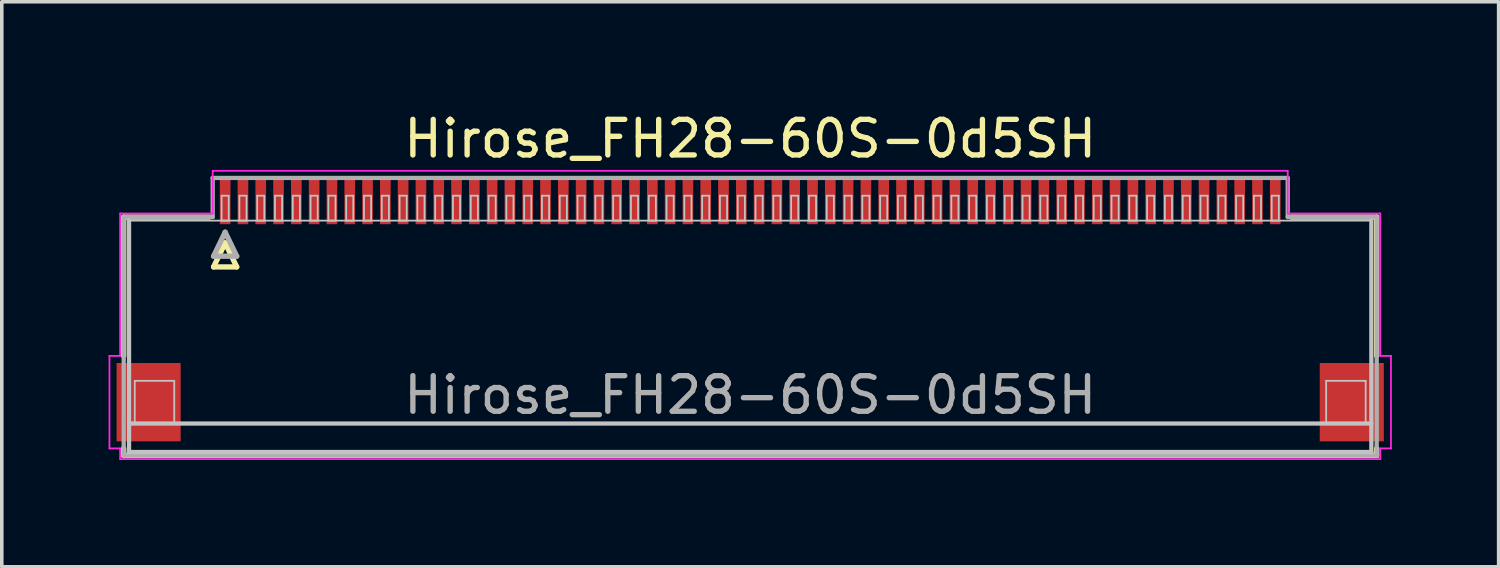
<source format=kicad_pcb>
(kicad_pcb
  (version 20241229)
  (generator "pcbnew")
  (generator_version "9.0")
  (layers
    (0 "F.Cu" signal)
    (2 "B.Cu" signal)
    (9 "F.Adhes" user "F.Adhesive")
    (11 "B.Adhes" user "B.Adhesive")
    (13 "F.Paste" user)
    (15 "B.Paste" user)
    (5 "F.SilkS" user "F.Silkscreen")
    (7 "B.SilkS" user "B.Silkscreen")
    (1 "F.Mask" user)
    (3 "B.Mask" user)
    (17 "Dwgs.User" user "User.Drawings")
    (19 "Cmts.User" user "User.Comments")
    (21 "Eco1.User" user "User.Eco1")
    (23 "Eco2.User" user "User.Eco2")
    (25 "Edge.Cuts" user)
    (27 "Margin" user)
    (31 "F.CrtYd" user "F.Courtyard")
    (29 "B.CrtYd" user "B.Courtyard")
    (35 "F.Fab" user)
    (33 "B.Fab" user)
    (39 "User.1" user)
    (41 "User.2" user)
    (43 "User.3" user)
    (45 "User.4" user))
  (footprint "Hirose_FH28-60S-0d5SH"
    (layer "F.Cu")
    (at 18.025 6.048)
    (property "Reference" "Hirose_FH28-60S-0d5SH" (at 0 -5.2 0) (layer "F.SilkS") (effects (font (size 1 1) (thickness 0.15))))
    (attr smd)
    (fp_line (start -17.6 -3) (end -17.6 0.9) (stroke (width 0.15) (type solid)) (layer "F.SilkS"))
    (fp_line (start -17.6 3.5) (end -17.6 3.7) (stroke (width 0.15) (type solid)) (layer "F.SilkS"))
    (fp_line (start -17.6 3.7) (end 17.6 3.7) (stroke (width 0.15) (type solid)) (layer "F.SilkS"))
    (fp_line (start -15.2 -3) (end -17.6 -3) (stroke (width 0.15) (type solid)) (layer "F.SilkS"))
    (fp_line (start -15.075 -1.6) (end -14.425 -1.6) (stroke (width 0.15) (type solid)) (layer "F.SilkS"))
    (fp_line (start -14.75 -2.275) (end -15.075 -1.6) (stroke (width 0.15) (type solid)) (layer "F.SilkS"))
    (fp_line (start -14.425 -1.6) (end -14.75 -2.275) (stroke (width 0.15) (type solid)) (layer "F.SilkS"))
    (fp_line (start 17.6 -3) (end 15.2 -3) (stroke (width 0.15) (type solid)) (layer "F.SilkS"))
    (fp_line (start 17.6 0.9) (end 17.6 -3) (stroke (width 0.15) (type solid)) (layer "F.SilkS"))
    (fp_line (start 17.6 3.7) (end 17.6 3.5) (stroke (width 0.15) (type solid)) (layer "F.SilkS"))
    (fp_line (start -17.45 -2.9) (end 17.45 -2.9) (stroke (width 0.05) (type solid)) (layer "Dwgs.User"))
    (fp_line (start -17.45 2.8) (end 17.45 2.8) (stroke (width 0.12) (type solid)) (layer "Dwgs.User"))
    (fp_line (start -17.45 3.6) (end -17.45 -2.9) (stroke (width 0.12) (type solid)) (layer "Dwgs.User"))
    (fp_line (start -17.29 1.6) (end -16.18 1.6) (stroke (width 0.05) (type solid)) (layer "Dwgs.User"))
    (fp_line (start -17.29 2.8) (end -17.29 1.6) (stroke (width 0.05) (type solid)) (layer "Dwgs.User"))
    (fp_line (start -16.18 1.6) (end -16.18 2.8) (stroke (width 0.05) (type solid)) (layer "Dwgs.User"))
    (fp_line (start -16.18 2.8) (end -17.29 2.8) (stroke (width 0.05) (type solid)) (layer "Dwgs.User"))
    (fp_line (start -14.85 -3.6) (end -14.65 -3.6) (stroke (width 0.05) (type solid)) (layer "Dwgs.User"))
    (fp_line (start -14.85 -2.9) (end -14.85 -3.6) (stroke (width 0.05) (type solid)) (layer "Dwgs.User"))
    (fp_line (start -14.65 -3.6) (end -14.65 -2.9) (stroke (width 0.05) (type solid)) (layer "Dwgs.User"))
    (fp_line (start -14.65 -2.9) (end -14.85 -2.9) (stroke (width 0.05) (type solid)) (layer "Dwgs.User"))
    (fp_line (start -14.35 -3.6) (end -14.15 -3.6) (stroke (width 0.05) (type solid)) (layer "Dwgs.User"))
    (fp_line (start -14.35 -2.9) (end -14.35 -3.6) (stroke (width 0.05) (type solid)) (layer "Dwgs.User"))
    (fp_line (start -14.15 -3.6) (end -14.15 -2.9) (stroke (width 0.05) (type solid)) (layer "Dwgs.User"))
    (fp_line (start -14.15 -2.9) (end -14.35 -2.9) (stroke (width 0.05) (type solid)) (layer "Dwgs.User"))
    (fp_line (start -13.85 -3.6) (end -13.65 -3.6) (stroke (width 0.05) (type solid)) (layer "Dwgs.User"))
    (fp_line (start -13.85 -2.9) (end -13.85 -3.6) (stroke (width 0.05) (type solid)) (layer "Dwgs.User"))
    (fp_line (start -13.65 -3.6) (end -13.65 -2.9) (stroke (width 0.05) (type solid)) (layer "Dwgs.User"))
    (fp_line (start -13.65 -2.9) (end -13.85 -2.9) (stroke (width 0.05) (type solid)) (layer "Dwgs.User"))
    (fp_line (start -13.35 -3.6) (end -13.15 -3.6) (stroke (width 0.05) (type solid)) (layer "Dwgs.User"))
    (fp_line (start -13.35 -2.9) (end -13.35 -3.6) (stroke (width 0.05) (type solid)) (layer "Dwgs.User"))
    (fp_line (start -13.15 -3.6) (end -13.15 -2.9) (stroke (width 0.05) (type solid)) (layer "Dwgs.User"))
    (fp_line (start -13.15 -2.9) (end -13.35 -2.9) (stroke (width 0.05) (type solid)) (layer "Dwgs.User"))
    (fp_line (start -12.85 -3.6) (end -12.65 -3.6) (stroke (width 0.05) (type solid)) (layer "Dwgs.User"))
    (fp_line (start -12.85 -2.9) (end -12.85 -3.6) (stroke (width 0.05) (type solid)) (layer "Dwgs.User"))
    (fp_line (start -12.65 -3.6) (end -12.65 -2.9) (stroke (width 0.05) (type solid)) (layer "Dwgs.User"))
    (fp_line (start -12.65 -2.9) (end -12.85 -2.9) (stroke (width 0.05) (type solid)) (layer "Dwgs.User"))
    (fp_line (start -12.35 -3.6) (end -12.15 -3.6) (stroke (width 0.05) (type solid)) (layer "Dwgs.User"))
    (fp_line (start -12.35 -2.9) (end -12.35 -3.6) (stroke (width 0.05) (type solid)) (layer "Dwgs.User"))
    (fp_line (start -12.15 -3.6) (end -12.15 -2.9) (stroke (width 0.05) (type solid)) (layer "Dwgs.User"))
    (fp_line (start -12.15 -2.9) (end -12.35 -2.9) (stroke (width 0.05) (type solid)) (layer "Dwgs.User"))
    (fp_line (start -11.85 -3.6) (end -11.65 -3.6) (stroke (width 0.05) (type solid)) (layer "Dwgs.User"))
    (fp_line (start -11.85 -2.9) (end -11.85 -3.6) (stroke (width 0.05) (type solid)) (layer "Dwgs.User"))
    (fp_line (start -11.65 -3.6) (end -11.65 -2.9) (stroke (width 0.05) (type solid)) (layer "Dwgs.User"))
    (fp_line (start -11.65 -2.9) (end -11.85 -2.9) (stroke (width 0.05) (type solid)) (layer "Dwgs.User"))
    (fp_line (start -11.35 -3.6) (end -11.15 -3.6) (stroke (width 0.05) (type solid)) (layer "Dwgs.User"))
    (fp_line (start -11.35 -2.9) (end -11.35 -3.6) (stroke (width 0.05) (type solid)) (layer "Dwgs.User"))
    (fp_line (start -11.15 -3.6) (end -11.15 -2.9) (stroke (width 0.05) (type solid)) (layer "Dwgs.User"))
    (fp_line (start -11.15 -2.9) (end -11.35 -2.9) (stroke (width 0.05) (type solid)) (layer "Dwgs.User"))
    (fp_line (start -10.85 -3.6) (end -10.65 -3.6) (stroke (width 0.05) (type solid)) (layer "Dwgs.User"))
    (fp_line (start -10.85 -2.9) (end -10.85 -3.6) (stroke (width 0.05) (type solid)) (layer "Dwgs.User"))
    (fp_line (start -10.65 -3.6) (end -10.65 -2.9) (stroke (width 0.05) (type solid)) (layer "Dwgs.User"))
    (fp_line (start -10.65 -2.9) (end -10.85 -2.9) (stroke (width 0.05) (type solid)) (layer "Dwgs.User"))
    (fp_line (start -10.35 -3.6) (end -10.15 -3.6) (stroke (width 0.05) (type solid)) (layer "Dwgs.User"))
    (fp_line (start -10.35 -2.9) (end -10.35 -3.6) (stroke (width 0.05) (type solid)) (layer "Dwgs.User"))
    (fp_line (start -10.15 -3.6) (end -10.15 -2.9) (stroke (width 0.05) (type solid)) (layer "Dwgs.User"))
    (fp_line (start -10.15 -2.9) (end -10.35 -2.9) (stroke (width 0.05) (type solid)) (layer "Dwgs.User"))
    (fp_line (start -9.85 -3.6) (end -9.65 -3.6) (stroke (width 0.05) (type solid)) (layer "Dwgs.User"))
    (fp_line (start -9.85 -2.9) (end -9.85 -3.6) (stroke (width 0.05) (type solid)) (layer "Dwgs.User"))
    (fp_line (start -9.65 -3.6) (end -9.65 -2.9) (stroke (width 0.05) (type solid)) (layer "Dwgs.User"))
    (fp_line (start -9.65 -2.9) (end -9.85 -2.9) (stroke (width 0.05) (type solid)) (layer "Dwgs.User"))
    (fp_line (start -9.35 -3.6) (end -9.15 -3.6) (stroke (width 0.05) (type solid)) (layer "Dwgs.User"))
    (fp_line (start -9.35 -2.9) (end -9.35 -3.6) (stroke (width 0.05) (type solid)) (layer "Dwgs.User"))
    (fp_line (start -9.15 -3.6) (end -9.15 -2.9) (stroke (width 0.05) (type solid)) (layer "Dwgs.User"))
    (fp_line (start -9.15 -2.9) (end -9.35 -2.9) (stroke (width 0.05) (type solid)) (layer "Dwgs.User"))
    (fp_line (start -8.85 -3.6) (end -8.65 -3.6) (stroke (width 0.05) (type solid)) (layer "Dwgs.User"))
    (fp_line (start -8.85 -2.9) (end -8.85 -3.6) (stroke (width 0.05) (type solid)) (layer "Dwgs.User"))
    (fp_line (start -8.65 -3.6) (end -8.65 -2.9) (stroke (width 0.05) (type solid)) (layer "Dwgs.User"))
    (fp_line (start -8.65 -2.9) (end -8.85 -2.9) (stroke (width 0.05) (type solid)) (layer "Dwgs.User"))
    (fp_line (start -8.35 -3.6) (end -8.15 -3.6) (stroke (width 0.05) (type solid)) (layer "Dwgs.User"))
    (fp_line (start -8.35 -2.9) (end -8.35 -3.6) (stroke (width 0.05) (type solid)) (layer "Dwgs.User"))
    (fp_line (start -8.15 -3.6) (end -8.15 -2.9) (stroke (width 0.05) (type solid)) (layer "Dwgs.User"))
    (fp_line (start -8.15 -2.9) (end -8.35 -2.9) (stroke (width 0.05) (type solid)) (layer "Dwgs.User"))
    (fp_line (start -7.85 -3.6) (end -7.65 -3.6) (stroke (width 0.05) (type solid)) (layer "Dwgs.User"))
    (fp_line (start -7.85 -2.9) (end -7.85 -3.6) (stroke (width 0.05) (type solid)) (layer "Dwgs.User"))
    (fp_line (start -7.65 -3.6) (end -7.65 -2.9) (stroke (width 0.05) (type solid)) (layer "Dwgs.User"))
    (fp_line (start -7.65 -2.9) (end -7.85 -2.9) (stroke (width 0.05) (type solid)) (layer "Dwgs.User"))
    (fp_line (start -7.35 -3.6) (end -7.15 -3.6) (stroke (width 0.05) (type solid)) (layer "Dwgs.User"))
    (fp_line (start -7.35 -2.9) (end -7.35 -3.6) (stroke (width 0.05) (type solid)) (layer "Dwgs.User"))
    (fp_line (start -7.15 -3.6) (end -7.15 -2.9) (stroke (width 0.05) (type solid)) (layer "Dwgs.User"))
    (fp_line (start -7.15 -2.9) (end -7.35 -2.9) (stroke (width 0.05) (type solid)) (layer "Dwgs.User"))
    (fp_line (start -6.85 -3.6) (end -6.65 -3.6) (stroke (width 0.05) (type solid)) (layer "Dwgs.User"))
    (fp_line (start -6.85 -2.9) (end -6.85 -3.6) (stroke (width 0.05) (type solid)) (layer "Dwgs.User"))
    (fp_line (start -6.65 -3.6) (end -6.65 -2.9) (stroke (width 0.05) (type solid)) (layer "Dwgs.User"))
    (fp_line (start -6.65 -2.9) (end -6.85 -2.9) (stroke (width 0.05) (type solid)) (layer "Dwgs.User"))
    (fp_line (start -6.35 -3.6) (end -6.15 -3.6) (stroke (width 0.05) (type solid)) (layer "Dwgs.User"))
    (fp_line (start -6.35 -2.9) (end -6.35 -3.6) (stroke (width 0.05) (type solid)) (layer "Dwgs.User"))
    (fp_line (start -6.15 -3.6) (end -6.15 -2.9) (stroke (width 0.05) (type solid)) (layer "Dwgs.User"))
    (fp_line (start -6.15 -2.9) (end -6.35 -2.9) (stroke (width 0.05) (type solid)) (layer "Dwgs.User"))
    (fp_line (start -5.85 -3.6) (end -5.65 -3.6) (stroke (width 0.05) (type solid)) (layer "Dwgs.User"))
    (fp_line (start -5.85 -2.9) (end -5.85 -3.6) (stroke (width 0.05) (type solid)) (layer "Dwgs.User"))
    (fp_line (start -5.65 -3.6) (end -5.65 -2.9) (stroke (width 0.05) (type solid)) (layer "Dwgs.User"))
    (fp_line (start -5.65 -2.9) (end -5.85 -2.9) (stroke (width 0.05) (type solid)) (layer "Dwgs.User"))
    (fp_line (start -5.35 -3.6) (end -5.15 -3.6) (stroke (width 0.05) (type solid)) (layer "Dwgs.User"))
    (fp_line (start -5.35 -2.9) (end -5.35 -3.6) (stroke (width 0.05) (type solid)) (layer "Dwgs.User"))
    (fp_line (start -5.15 -3.6) (end -5.15 -2.9) (stroke (width 0.05) (type solid)) (layer "Dwgs.User"))
    (fp_line (start -5.15 -2.9) (end -5.35 -2.9) (stroke (width 0.05) (type solid)) (layer "Dwgs.User"))
    (fp_line (start -4.85 -3.6) (end -4.65 -3.6) (stroke (width 0.05) (type solid)) (layer "Dwgs.User"))
    (fp_line (start -4.85 -2.9) (end -4.85 -3.6) (stroke (width 0.05) (type solid)) (layer "Dwgs.User"))
    (fp_line (start -4.65 -3.6) (end -4.65 -2.9) (stroke (width 0.05) (type solid)) (layer "Dwgs.User"))
    (fp_line (start -4.65 -2.9) (end -4.85 -2.9) (stroke (width 0.05) (type solid)) (layer "Dwgs.User"))
    (fp_line (start -4.35 -3.6) (end -4.15 -3.6) (stroke (width 0.05) (type solid)) (layer "Dwgs.User"))
    (fp_line (start -4.35 -2.9) (end -4.35 -3.6) (stroke (width 0.05) (type solid)) (layer "Dwgs.User"))
    (fp_line (start -4.15 -3.6) (end -4.15 -2.9) (stroke (width 0.05) (type solid)) (layer "Dwgs.User"))
    (fp_line (start -4.15 -2.9) (end -4.35 -2.9) (stroke (width 0.05) (type solid)) (layer "Dwgs.User"))
    (fp_line (start -3.85 -3.6) (end -3.65 -3.6) (stroke (width 0.05) (type solid)) (layer "Dwgs.User"))
    (fp_line (start -3.85 -2.9) (end -3.85 -3.6) (stroke (width 0.05) (type solid)) (layer "Dwgs.User"))
    (fp_line (start -3.65 -3.6) (end -3.65 -2.9) (stroke (width 0.05) (type solid)) (layer "Dwgs.User"))
    (fp_line (start -3.65 -2.9) (end -3.85 -2.9) (stroke (width 0.05) (type solid)) (layer "Dwgs.User"))
    (fp_line (start -3.35 -3.6) (end -3.15 -3.6) (stroke (width 0.05) (type solid)) (layer "Dwgs.User"))
    (fp_line (start -3.35 -2.9) (end -3.35 -3.6) (stroke (width 0.05) (type solid)) (layer "Dwgs.User"))
    (fp_line (start -3.15 -3.6) (end -3.15 -2.9) (stroke (width 0.05) (type solid)) (layer "Dwgs.User"))
    (fp_line (start -3.15 -2.9) (end -3.35 -2.9) (stroke (width 0.05) (type solid)) (layer "Dwgs.User"))
    (fp_line (start -2.85 -3.6) (end -2.65 -3.6) (stroke (width 0.05) (type solid)) (layer "Dwgs.User"))
    (fp_line (start -2.85 -2.9) (end -2.85 -3.6) (stroke (width 0.05) (type solid)) (layer "Dwgs.User"))
    (fp_line (start -2.65 -3.6) (end -2.65 -2.9) (stroke (width 0.05) (type solid)) (layer "Dwgs.User"))
    (fp_line (start -2.65 -2.9) (end -2.85 -2.9) (stroke (width 0.05) (type solid)) (layer "Dwgs.User"))
    (fp_line (start -2.35 -3.6) (end -2.15 -3.6) (stroke (width 0.05) (type solid)) (layer "Dwgs.User"))
    (fp_line (start -2.35 -2.9) (end -2.35 -3.6) (stroke (width 0.05) (type solid)) (layer "Dwgs.User"))
    (fp_line (start -2.15 -3.6) (end -2.15 -2.9) (stroke (width 0.05) (type solid)) (layer "Dwgs.User"))
    (fp_line (start -2.15 -2.9) (end -2.35 -2.9) (stroke (width 0.05) (type solid)) (layer "Dwgs.User"))
    (fp_line (start -1.85 -3.6) (end -1.65 -3.6) (stroke (width 0.05) (type solid)) (layer "Dwgs.User"))
    (fp_line (start -1.85 -2.9) (end -1.85 -3.6) (stroke (width 0.05) (type solid)) (layer "Dwgs.User"))
    (fp_line (start -1.65 -3.6) (end -1.65 -2.9) (stroke (width 0.05) (type solid)) (layer "Dwgs.User"))
    (fp_line (start -1.65 -2.9) (end -1.85 -2.9) (stroke (width 0.05) (type solid)) (layer "Dwgs.User"))
    (fp_line (start -1.35 -3.6) (end -1.15 -3.6) (stroke (width 0.05) (type solid)) (layer "Dwgs.User"))
    (fp_line (start -1.35 -2.9) (end -1.35 -3.6) (stroke (width 0.05) (type solid)) (layer "Dwgs.User"))
    (fp_line (start -1.15 -3.6) (end -1.15 -2.9) (stroke (width 0.05) (type solid)) (layer "Dwgs.User"))
    (fp_line (start -1.15 -2.9) (end -1.35 -2.9) (stroke (width 0.05) (type solid)) (layer "Dwgs.User"))
    (fp_line (start -0.85 -3.6) (end -0.65 -3.6) (stroke (width 0.05) (type solid)) (layer "Dwgs.User"))
    (fp_line (start -0.85 -2.9) (end -0.85 -3.6) (stroke (width 0.05) (type solid)) (layer "Dwgs.User"))
    (fp_line (start -0.65 -3.6) (end -0.65 -2.9) (stroke (width 0.05) (type solid)) (layer "Dwgs.User"))
    (fp_line (start -0.65 -2.9) (end -0.85 -2.9) (stroke (width 0.05) (type solid)) (layer "Dwgs.User"))
    (fp_line (start -0.35 -3.6) (end -0.15 -3.6) (stroke (width 0.05) (type solid)) (layer "Dwgs.User"))
    (fp_line (start -0.35 -2.9) (end -0.35 -3.6) (stroke (width 0.05) (type solid)) (layer "Dwgs.User"))
    (fp_line (start -0.15 -3.6) (end -0.15 -2.9) (stroke (width 0.05) (type solid)) (layer "Dwgs.User"))
    (fp_line (start -0.15 -2.9) (end -0.35 -2.9) (stroke (width 0.05) (type solid)) (layer "Dwgs.User"))
    (fp_line (start 0.15 -3.6) (end 0.35 -3.6) (stroke (width 0.05) (type solid)) (layer "Dwgs.User"))
    (fp_line (start 0.15 -2.9) (end 0.15 -3.6) (stroke (width 0.05) (type solid)) (layer "Dwgs.User"))
    (fp_line (start 0.35 -3.6) (end 0.35 -2.9) (stroke (width 0.05) (type solid)) (layer "Dwgs.User"))
    (fp_line (start 0.35 -2.9) (end 0.15 -2.9) (stroke (width 0.05) (type solid)) (layer "Dwgs.User"))
    (fp_line (start 0.65 -3.6) (end 0.85 -3.6) (stroke (width 0.05) (type solid)) (layer "Dwgs.User"))
    (fp_line (start 0.65 -2.9) (end 0.65 -3.6) (stroke (width 0.05) (type solid)) (layer "Dwgs.User"))
    (fp_line (start 0.85 -3.6) (end 0.85 -2.9) (stroke (width 0.05) (type solid)) (layer "Dwgs.User"))
    (fp_line (start 0.85 -2.9) (end 0.65 -2.9) (stroke (width 0.05) (type solid)) (layer "Dwgs.User"))
    (fp_line (start 1.15 -3.6) (end 1.35 -3.6) (stroke (width 0.05) (type solid)) (layer "Dwgs.User"))
    (fp_line (start 1.15 -2.9) (end 1.15 -3.6) (stroke (width 0.05) (type solid)) (layer "Dwgs.User"))
    (fp_line (start 1.35 -3.6) (end 1.35 -2.9) (stroke (width 0.05) (type solid)) (layer "Dwgs.User"))
    (fp_line (start 1.35 -2.9) (end 1.15 -2.9) (stroke (width 0.05) (type solid)) (layer "Dwgs.User"))
    (fp_line (start 1.65 -3.6) (end 1.85 -3.6) (stroke (width 0.05) (type solid)) (layer "Dwgs.User"))
    (fp_line (start 1.65 -2.9) (end 1.65 -3.6) (stroke (width 0.05) (type solid)) (layer "Dwgs.User"))
    (fp_line (start 1.85 -3.6) (end 1.85 -2.9) (stroke (width 0.05) (type solid)) (layer "Dwgs.User"))
    (fp_line (start 1.85 -2.9) (end 1.65 -2.9) (stroke (width 0.05) (type solid)) (layer "Dwgs.User"))
    (fp_line (start 2.15 -3.6) (end 2.35 -3.6) (stroke (width 0.05) (type solid)) (layer "Dwgs.User"))
    (fp_line (start 2.15 -2.9) (end 2.15 -3.6) (stroke (width 0.05) (type solid)) (layer "Dwgs.User"))
    (fp_line (start 2.35 -3.6) (end 2.35 -2.9) (stroke (width 0.05) (type solid)) (layer "Dwgs.User"))
    (fp_line (start 2.35 -2.9) (end 2.15 -2.9) (stroke (width 0.05) (type solid)) (layer "Dwgs.User"))
    (fp_line (start 2.65 -3.6) (end 2.85 -3.6) (stroke (width 0.05) (type solid)) (layer "Dwgs.User"))
    (fp_line (start 2.65 -2.9) (end 2.65 -3.6) (stroke (width 0.05) (type solid)) (layer "Dwgs.User"))
    (fp_line (start 2.85 -3.6) (end 2.85 -2.9) (stroke (width 0.05) (type solid)) (layer "Dwgs.User"))
    (fp_line (start 2.85 -2.9) (end 2.65 -2.9) (stroke (width 0.05) (type solid)) (layer "Dwgs.User"))
    (fp_line (start 3.15 -3.6) (end 3.35 -3.6) (stroke (width 0.05) (type solid)) (layer "Dwgs.User"))
    (fp_line (start 3.15 -2.9) (end 3.15 -3.6) (stroke (width 0.05) (type solid)) (layer "Dwgs.User"))
    (fp_line (start 3.35 -3.6) (end 3.35 -2.9) (stroke (width 0.05) (type solid)) (layer "Dwgs.User"))
    (fp_line (start 3.35 -2.9) (end 3.15 -2.9) (stroke (width 0.05) (type solid)) (layer "Dwgs.User"))
    (fp_line (start 3.65 -3.6) (end 3.85 -3.6) (stroke (width 0.05) (type solid)) (layer "Dwgs.User"))
    (fp_line (start 3.65 -2.9) (end 3.65 -3.6) (stroke (width 0.05) (type solid)) (layer "Dwgs.User"))
    (fp_line (start 3.85 -3.6) (end 3.85 -2.9) (stroke (width 0.05) (type solid)) (layer "Dwgs.User"))
    (fp_line (start 3.85 -2.9) (end 3.65 -2.9) (stroke (width 0.05) (type solid)) (layer "Dwgs.User"))
    (fp_line (start 4.15 -3.6) (end 4.35 -3.6) (stroke (width 0.05) (type solid)) (layer "Dwgs.User"))
    (fp_line (start 4.15 -2.9) (end 4.15 -3.6) (stroke (width 0.05) (type solid)) (layer "Dwgs.User"))
    (fp_line (start 4.35 -3.6) (end 4.35 -2.9) (stroke (width 0.05) (type solid)) (layer "Dwgs.User"))
    (fp_line (start 4.35 -2.9) (end 4.15 -2.9) (stroke (width 0.05) (type solid)) (layer "Dwgs.User"))
    (fp_line (start 4.65 -3.6) (end 4.85 -3.6) (stroke (width 0.05) (type solid)) (layer "Dwgs.User"))
    (fp_line (start 4.65 -2.9) (end 4.65 -3.6) (stroke (width 0.05) (type solid)) (layer "Dwgs.User"))
    (fp_line (start 4.85 -3.6) (end 4.85 -2.9) (stroke (width 0.05) (type solid)) (layer "Dwgs.User"))
    (fp_line (start 4.85 -2.9) (end 4.65 -2.9) (stroke (width 0.05) (type solid)) (layer "Dwgs.User"))
    (fp_line (start 5.15 -3.6) (end 5.35 -3.6) (stroke (width 0.05) (type solid)) (layer "Dwgs.User"))
    (fp_line (start 5.15 -2.9) (end 5.15 -3.6) (stroke (width 0.05) (type solid)) (layer "Dwgs.User"))
    (fp_line (start 5.35 -3.6) (end 5.35 -2.9) (stroke (width 0.05) (type solid)) (layer "Dwgs.User"))
    (fp_line (start 5.35 -2.9) (end 5.15 -2.9) (stroke (width 0.05) (type solid)) (layer "Dwgs.User"))
    (fp_line (start 5.65 -3.6) (end 5.85 -3.6) (stroke (width 0.05) (type solid)) (layer "Dwgs.User"))
    (fp_line (start 5.65 -2.9) (end 5.65 -3.6) (stroke (width 0.05) (type solid)) (layer "Dwgs.User"))
    (fp_line (start 5.85 -3.6) (end 5.85 -2.9) (stroke (width 0.05) (type solid)) (layer "Dwgs.User"))
    (fp_line (start 5.85 -2.9) (end 5.65 -2.9) (stroke (width 0.05) (type solid)) (layer "Dwgs.User"))
    (fp_line (start 6.15 -3.6) (end 6.35 -3.6) (stroke (width 0.05) (type solid)) (layer "Dwgs.User"))
    (fp_line (start 6.15 -2.9) (end 6.15 -3.6) (stroke (width 0.05) (type solid)) (layer "Dwgs.User"))
    (fp_line (start 6.35 -3.6) (end 6.35 -2.9) (stroke (width 0.05) (type solid)) (layer "Dwgs.User"))
    (fp_line (start 6.35 -2.9) (end 6.15 -2.9) (stroke (width 0.05) (type solid)) (layer "Dwgs.User"))
    (fp_line (start 6.65 -3.6) (end 6.85 -3.6) (stroke (width 0.05) (type solid)) (layer "Dwgs.User"))
    (fp_line (start 6.65 -2.9) (end 6.65 -3.6) (stroke (width 0.05) (type solid)) (layer "Dwgs.User"))
    (fp_line (start 6.85 -3.6) (end 6.85 -2.9) (stroke (width 0.05) (type solid)) (layer "Dwgs.User"))
    (fp_line (start 6.85 -2.9) (end 6.65 -2.9) (stroke (width 0.05) (type solid)) (layer "Dwgs.User"))
    (fp_line (start 7.15 -3.6) (end 7.35 -3.6) (stroke (width 0.05) (type solid)) (layer "Dwgs.User"))
    (fp_line (start 7.15 -2.9) (end 7.15 -3.6) (stroke (width 0.05) (type solid)) (layer "Dwgs.User"))
    (fp_line (start 7.35 -3.6) (end 7.35 -2.9) (stroke (width 0.05) (type solid)) (layer "Dwgs.User"))
    (fp_line (start 7.35 -2.9) (end 7.15 -2.9) (stroke (width 0.05) (type solid)) (layer "Dwgs.User"))
    (fp_line (start 7.65 -3.6) (end 7.85 -3.6) (stroke (width 0.05) (type solid)) (layer "Dwgs.User"))
    (fp_line (start 7.65 -2.9) (end 7.65 -3.6) (stroke (width 0.05) (type solid)) (layer "Dwgs.User"))
    (fp_line (start 7.85 -3.6) (end 7.85 -2.9) (stroke (width 0.05) (type solid)) (layer "Dwgs.User"))
    (fp_line (start 7.85 -2.9) (end 7.65 -2.9) (stroke (width 0.05) (type solid)) (layer "Dwgs.User"))
    (fp_line (start 8.15 -3.6) (end 8.35 -3.6) (stroke (width 0.05) (type solid)) (layer "Dwgs.User"))
    (fp_line (start 8.15 -2.9) (end 8.15 -3.6) (stroke (width 0.05) (type solid)) (layer "Dwgs.User"))
    (fp_line (start 8.35 -3.6) (end 8.35 -2.9) (stroke (width 0.05) (type solid)) (layer "Dwgs.User"))
    (fp_line (start 8.35 -2.9) (end 8.15 -2.9) (stroke (width 0.05) (type solid)) (layer "Dwgs.User"))
    (fp_line (start 8.65 -3.6) (end 8.85 -3.6) (stroke (width 0.05) (type solid)) (layer "Dwgs.User"))
    (fp_line (start 8.65 -2.9) (end 8.65 -3.6) (stroke (width 0.05) (type solid)) (layer "Dwgs.User"))
    (fp_line (start 8.85 -3.6) (end 8.85 -2.9) (stroke (width 0.05) (type solid)) (layer "Dwgs.User"))
    (fp_line (start 8.85 -2.9) (end 8.65 -2.9) (stroke (width 0.05) (type solid)) (layer "Dwgs.User"))
    (fp_line (start 9.15 -3.6) (end 9.35 -3.6) (stroke (width 0.05) (type solid)) (layer "Dwgs.User"))
    (fp_line (start 9.15 -2.9) (end 9.15 -3.6) (stroke (width 0.05) (type solid)) (layer "Dwgs.User"))
    (fp_line (start 9.35 -3.6) (end 9.35 -2.9) (stroke (width 0.05) (type solid)) (layer "Dwgs.User"))
    (fp_line (start 9.35 -2.9) (end 9.15 -2.9) (stroke (width 0.05) (type solid)) (layer "Dwgs.User"))
    (fp_line (start 9.65 -3.6) (end 9.85 -3.6) (stroke (width 0.05) (type solid)) (layer "Dwgs.User"))
    (fp_line (start 9.65 -2.9) (end 9.65 -3.6) (stroke (width 0.05) (type solid)) (layer "Dwgs.User"))
    (fp_line (start 9.85 -3.6) (end 9.85 -2.9) (stroke (width 0.05) (type solid)) (layer "Dwgs.User"))
    (fp_line (start 9.85 -2.9) (end 9.65 -2.9) (stroke (width 0.05) (type solid)) (layer "Dwgs.User"))
    (fp_line (start 10.15 -3.6) (end 10.35 -3.6) (stroke (width 0.05) (type solid)) (layer "Dwgs.User"))
    (fp_line (start 10.15 -2.9) (end 10.15 -3.6) (stroke (width 0.05) (type solid)) (layer "Dwgs.User"))
    (fp_line (start 10.35 -3.6) (end 10.35 -2.9) (stroke (width 0.05) (type solid)) (layer "Dwgs.User"))
    (fp_line (start 10.35 -2.9) (end 10.15 -2.9) (stroke (width 0.05) (type solid)) (layer "Dwgs.User"))
    (fp_line (start 10.65 -3.6) (end 10.85 -3.6) (stroke (width 0.05) (type solid)) (layer "Dwgs.User"))
    (fp_line (start 10.65 -2.9) (end 10.65 -3.6) (stroke (width 0.05) (type solid)) (layer "Dwgs.User"))
    (fp_line (start 10.85 -3.6) (end 10.85 -2.9) (stroke (width 0.05) (type solid)) (layer "Dwgs.User"))
    (fp_line (start 10.85 -2.9) (end 10.65 -2.9) (stroke (width 0.05) (type solid)) (layer "Dwgs.User"))
    (fp_line (start 11.15 -3.6) (end 11.35 -3.6) (stroke (width 0.05) (type solid)) (layer "Dwgs.User"))
    (fp_line (start 11.15 -2.9) (end 11.15 -3.6) (stroke (width 0.05) (type solid)) (layer "Dwgs.User"))
    (fp_line (start 11.35 -3.6) (end 11.35 -2.9) (stroke (width 0.05) (type solid)) (layer "Dwgs.User"))
    (fp_line (start 11.35 -2.9) (end 11.15 -2.9) (stroke (width 0.05) (type solid)) (layer "Dwgs.User"))
    (fp_line (start 11.65 -3.6) (end 11.85 -3.6) (stroke (width 0.05) (type solid)) (layer "Dwgs.User"))
    (fp_line (start 11.65 -2.9) (end 11.65 -3.6) (stroke (width 0.05) (type solid)) (layer "Dwgs.User"))
    (fp_line (start 11.85 -3.6) (end 11.85 -2.9) (stroke (width 0.05) (type solid)) (layer "Dwgs.User"))
    (fp_line (start 11.85 -2.9) (end 11.65 -2.9) (stroke (width 0.05) (type solid)) (layer "Dwgs.User"))
    (fp_line (start 12.15 -3.6) (end 12.35 -3.6) (stroke (width 0.05) (type solid)) (layer "Dwgs.User"))
    (fp_line (start 12.15 -2.9) (end 12.15 -3.6) (stroke (width 0.05) (type solid)) (layer "Dwgs.User"))
    (fp_line (start 12.35 -3.6) (end 12.35 -2.9) (stroke (width 0.05) (type solid)) (layer "Dwgs.User"))
    (fp_line (start 12.35 -2.9) (end 12.15 -2.9) (stroke (width 0.05) (type solid)) (layer "Dwgs.User"))
    (fp_line (start 12.65 -3.6) (end 12.85 -3.6) (stroke (width 0.05) (type solid)) (layer "Dwgs.User"))
    (fp_line (start 12.65 -2.9) (end 12.65 -3.6) (stroke (width 0.05) (type solid)) (layer "Dwgs.User"))
    (fp_line (start 12.85 -3.6) (end 12.85 -2.9) (stroke (width 0.05) (type solid)) (layer "Dwgs.User"))
    (fp_line (start 12.85 -2.9) (end 12.65 -2.9) (stroke (width 0.05) (type solid)) (layer "Dwgs.User"))
    (fp_line (start 13.15 -3.6) (end 13.35 -3.6) (stroke (width 0.05) (type solid)) (layer "Dwgs.User"))
    (fp_line (start 13.15 -2.9) (end 13.15 -3.6) (stroke (width 0.05) (type solid)) (layer "Dwgs.User"))
    (fp_line (start 13.35 -3.6) (end 13.35 -2.9) (stroke (width 0.05) (type solid)) (layer "Dwgs.User"))
    (fp_line (start 13.35 -2.9) (end 13.15 -2.9) (stroke (width 0.05) (type solid)) (layer "Dwgs.User"))
    (fp_line (start 13.65 -3.6) (end 13.85 -3.6) (stroke (width 0.05) (type solid)) (layer "Dwgs.User"))
    (fp_line (start 13.65 -2.9) (end 13.65 -3.6) (stroke (width 0.05) (type solid)) (layer "Dwgs.User"))
    (fp_line (start 13.85 -3.6) (end 13.85 -2.9) (stroke (width 0.05) (type solid)) (layer "Dwgs.User"))
    (fp_line (start 13.85 -2.9) (end 13.65 -2.9) (stroke (width 0.05) (type solid)) (layer "Dwgs.User"))
    (fp_line (start 14.15 -3.6) (end 14.35 -3.6) (stroke (width 0.05) (type solid)) (layer "Dwgs.User"))
    (fp_line (start 14.15 -2.9) (end 14.15 -3.6) (stroke (width 0.05) (type solid)) (layer "Dwgs.User"))
    (fp_line (start 14.35 -3.6) (end 14.35 -2.9) (stroke (width 0.05) (type solid)) (layer "Dwgs.User"))
    (fp_line (start 14.35 -2.9) (end 14.15 -2.9) (stroke (width 0.05) (type solid)) (layer "Dwgs.User"))
    (fp_line (start 14.65 -3.6) (end 14.85 -3.6) (stroke (width 0.05) (type solid)) (layer "Dwgs.User"))
    (fp_line (start 14.65 -2.9) (end 14.65 -3.6) (stroke (width 0.05) (type solid)) (layer "Dwgs.User"))
    (fp_line (start 14.85 -3.6) (end 14.85 -2.9) (stroke (width 0.05) (type solid)) (layer "Dwgs.User"))
    (fp_line (start 14.85 -2.9) (end 14.65 -2.9) (stroke (width 0.05) (type solid)) (layer "Dwgs.User"))
    (fp_line (start 16.18 1.6) (end 17.29 1.6) (stroke (width 0.05) (type solid)) (layer "Dwgs.User"))
    (fp_line (start 16.18 2.8) (end 16.18 1.6) (stroke (width 0.05) (type solid)) (layer "Dwgs.User"))
    (fp_line (start 17.29 1.6) (end 17.29 2.8) (stroke (width 0.05) (type solid)) (layer "Dwgs.User"))
    (fp_line (start 17.29 2.8) (end 16.18 2.8) (stroke (width 0.05) (type solid)) (layer "Dwgs.User"))
    (fp_line (start 17.45 -2.9) (end 17.45 3.6) (stroke (width 0.12) (type solid)) (layer "Dwgs.User"))
    (fp_line (start 17.45 3.6) (end -17.45 3.6) (stroke (width 0.12) (type solid)) (layer "Dwgs.User"))
    (fp_line (start -18 0.9) (end -17.7 0.9) (stroke (width 0.05) (type solid)) (layer "F.CrtYd"))
    (fp_line (start -18 3.5) (end -18 0.9) (stroke (width 0.05) (type solid)) (layer "F.CrtYd"))
    (fp_line (start -17.7 -3.1) (end -15.1 -3.1) (stroke (width 0.05) (type solid)) (layer "F.CrtYd"))
    (fp_line (start -17.7 0.9) (end -17.7 -3.1) (stroke (width 0.05) (type solid)) (layer "F.CrtYd"))
    (fp_line (start -17.7 3.5) (end -18 3.5) (stroke (width 0.05) (type solid)) (layer "F.CrtYd"))
    (fp_line (start -17.7 3.8) (end -17.7 3.5) (stroke (width 0.05) (type solid)) (layer "F.CrtYd"))
    (fp_line (start -15.1 -4.3) (end 15.1 -4.3) (stroke (width 0.05) (type solid)) (layer "F.CrtYd"))
    (fp_line (start -15.1 -3.1) (end -15.1 -4.3) (stroke (width 0.05) (type solid)) (layer "F.CrtYd"))
    (fp_line (start 15.1 -4.3) (end 15.1 -3.1) (stroke (width 0.05) (type solid)) (layer "F.CrtYd"))
    (fp_line (start 15.1 -3.1) (end 17.7 -3.1) (stroke (width 0.05) (type solid)) (layer "F.CrtYd"))
    (fp_line (start 17.7 -3.1) (end 17.7 0.9) (stroke (width 0.05) (type solid)) (layer "F.CrtYd"))
    (fp_line (start 17.7 0.9) (end 18 0.9) (stroke (width 0.05) (type solid)) (layer "F.CrtYd"))
    (fp_line (start 17.7 3.5) (end 17.7 3.8) (stroke (width 0.05) (type solid)) (layer "F.CrtYd"))
    (fp_line (start 17.7 3.8) (end -17.7 3.8) (stroke (width 0.05) (type solid)) (layer "F.CrtYd"))
    (fp_line (start 18 0.9) (end 18 3.5) (stroke (width 0.05) (type solid)) (layer "F.CrtYd"))
    (fp_line (start 18 3.5) (end 17.7 3.5) (stroke (width 0.05) (type solid)) (layer "F.CrtYd"))
    (fp_line (start -17.6 -3) (end -15.1 -3) (stroke (width 0.12) (type solid)) (layer "F.Fab"))
    (fp_line (start -17.6 3.7) (end -17.6 -3) (stroke (width 0.12) (type solid)) (layer "F.Fab"))
    (fp_line (start -15.1 -4.1) (end 15.1 -4.1) (stroke (width 0.12) (type solid)) (layer "F.Fab"))
    (fp_line (start -15.1 -3) (end -15.1 -4.1) (stroke (width 0.12) (type solid)) (layer "F.Fab"))
    (fp_line (start -15.075 -1.9) (end -14.425 -1.9) (stroke (width 0.15) (type solid)) (layer "F.Fab"))
    (fp_line (start -14.75 -2.575) (end -15.075 -1.9) (stroke (width 0.15) (type solid)) (layer "F.Fab"))
    (fp_line (start -14.425 -1.9) (end -14.75 -2.575) (stroke (width 0.15) (type solid)) (layer "F.Fab"))
    (fp_line (start 15.1 -4.1) (end 15.1 -3) (stroke (width 0.12) (type solid)) (layer "F.Fab"))
    (fp_line (start 15.1 -3) (end 17.6 -3) (stroke (width 0.12) (type solid)) (layer "F.Fab"))
    (fp_line (start 17.6 -3) (end 17.6 3.7) (stroke (width 0.12) (type solid)) (layer "F.Fab"))
    (fp_line (start 17.6 3.7) (end -17.6 3.7) (stroke (width 0.12) (type solid)) (layer "F.Fab"))
    (fp_text user "${REFERENCE}" (at 0 2 0) (layer "F.Fab") (effects (font (size 1 1) (thickness 0.15))))
    (pad "1" smd rect (at -14.75 -3.45) (size 0.3 1.3) (layers "F.Cu" "F.Mask" "F.Paste"))
    (pad "2" smd rect (at -14.25 -3.45) (size 0.3 1.3) (layers "F.Cu" "F.Mask" "F.Paste"))
    (pad "3" smd rect (at -13.75 -3.45) (size 0.3 1.3) (layers "F.Cu" "F.Mask" "F.Paste"))
    (pad "4" smd rect (at -13.25 -3.45) (size 0.3 1.3) (layers "F.Cu" "F.Mask" "F.Paste"))
    (pad "5" smd rect (at -12.75 -3.45) (size 0.3 1.3) (layers "F.Cu" "F.Mask" "F.Paste"))
    (pad "6" smd rect (at -12.25 -3.45) (size 0.3 1.3) (layers "F.Cu" "F.Mask" "F.Paste"))
    (pad "7" smd rect (at -11.75 -3.45) (size 0.3 1.3) (layers "F.Cu" "F.Mask" "F.Paste"))
    (pad "8" smd rect (at -11.25 -3.45) (size 0.3 1.3) (layers "F.Cu" "F.Mask" "F.Paste"))
    (pad "9" smd rect (at -10.75 -3.45) (size 0.3 1.3) (layers "F.Cu" "F.Mask" "F.Paste"))
    (pad "10" smd rect (at -10.25 -3.45) (size 0.3 1.3) (layers "F.Cu" "F.Mask" "F.Paste"))
    (pad "11" smd rect (at -9.75 -3.45) (size 0.3 1.3) (layers "F.Cu" "F.Mask" "F.Paste"))
    (pad "12" smd rect (at -9.25 -3.45) (size 0.3 1.3) (layers "F.Cu" "F.Mask" "F.Paste"))
    (pad "13" smd rect (at -8.75 -3.45) (size 0.3 1.3) (layers "F.Cu" "F.Mask" "F.Paste"))
    (pad "14" smd rect (at -8.25 -3.45) (size 0.3 1.3) (layers "F.Cu" "F.Mask" "F.Paste"))
    (pad "15" smd rect (at -7.75 -3.45) (size 0.3 1.3) (layers "F.Cu" "F.Mask" "F.Paste"))
    (pad "16" smd rect (at -7.25 -3.45) (size 0.3 1.3) (layers "F.Cu" "F.Mask" "F.Paste"))
    (pad "17" smd rect (at -6.75 -3.45) (size 0.3 1.3) (layers "F.Cu" "F.Mask" "F.Paste"))
    (pad "18" smd rect (at -6.25 -3.45) (size 0.3 1.3) (layers "F.Cu" "F.Mask" "F.Paste"))
    (pad "19" smd rect (at -5.75 -3.45) (size 0.3 1.3) (layers "F.Cu" "F.Mask" "F.Paste"))
    (pad "20" smd rect (at -5.25 -3.45) (size 0.3 1.3) (layers "F.Cu" "F.Mask" "F.Paste"))
    (pad "21" smd rect (at -4.75 -3.45) (size 0.3 1.3) (layers "F.Cu" "F.Mask" "F.Paste"))
    (pad "22" smd rect (at -4.25 -3.45) (size 0.3 1.3) (layers "F.Cu" "F.Mask" "F.Paste"))
    (pad "23" smd rect (at -3.75 -3.45) (size 0.3 1.3) (layers "F.Cu" "F.Mask" "F.Paste"))
    (pad "24" smd rect (at -3.25 -3.45) (size 0.3 1.3) (layers "F.Cu" "F.Mask" "F.Paste"))
    (pad "25" smd rect (at -2.75 -3.45) (size 0.3 1.3) (layers "F.Cu" "F.Mask" "F.Paste"))
    (pad "26" smd rect (at -2.25 -3.45) (size 0.3 1.3) (layers "F.Cu" "F.Mask" "F.Paste"))
    (pad "27" smd rect (at -1.75 -3.45) (size 0.3 1.3) (layers "F.Cu" "F.Mask" "F.Paste"))
    (pad "28" smd rect (at -1.25 -3.45) (size 0.3 1.3) (layers "F.Cu" "F.Mask" "F.Paste"))
    (pad "29" smd rect (at -0.75 -3.45) (size 0.3 1.3) (layers "F.Cu" "F.Mask" "F.Paste"))
    (pad "30" smd rect (at -0.25 -3.45) (size 0.3 1.3) (layers "F.Cu" "F.Mask" "F.Paste"))
    (pad "31" smd rect (at 0.25 -3.45) (size 0.3 1.3) (layers "F.Cu" "F.Mask" "F.Paste"))
    (pad "32" smd rect (at 0.75 -3.45) (size 0.3 1.3) (layers "F.Cu" "F.Mask" "F.Paste"))
    (pad "33" smd rect (at 1.25 -3.45) (size 0.3 1.3) (layers "F.Cu" "F.Mask" "F.Paste"))
    (pad "34" smd rect (at 1.75 -3.45) (size 0.3 1.3) (layers "F.Cu" "F.Mask" "F.Paste"))
    (pad "35" smd rect (at 2.25 -3.45) (size 0.3 1.3) (layers "F.Cu" "F.Mask" "F.Paste"))
    (pad "36" smd rect (at 2.75 -3.45) (size 0.3 1.3) (layers "F.Cu" "F.Mask" "F.Paste"))
    (pad "37" smd rect (at 3.25 -3.45) (size 0.3 1.3) (layers "F.Cu" "F.Mask" "F.Paste"))
    (pad "38" smd rect (at 3.75 -3.45) (size 0.3 1.3) (layers "F.Cu" "F.Mask" "F.Paste"))
    (pad "39" smd rect (at 4.25 -3.45) (size 0.3 1.3) (layers "F.Cu" "F.Mask" "F.Paste"))
    (pad "40" smd rect (at 4.75 -3.45) (size 0.3 1.3) (layers "F.Cu" "F.Mask" "F.Paste"))
    (pad "41" smd rect (at 5.25 -3.45) (size 0.3 1.3) (layers "F.Cu" "F.Mask" "F.Paste"))
    (pad "42" smd rect (at 5.75 -3.45) (size 0.3 1.3) (layers "F.Cu" "F.Mask" "F.Paste"))
    (pad "43" smd rect (at 6.25 -3.45) (size 0.3 1.3) (layers "F.Cu" "F.Mask" "F.Paste"))
    (pad "44" smd rect (at 6.75 -3.45) (size 0.3 1.3) (layers "F.Cu" "F.Mask" "F.Paste"))
    (pad "45" smd rect (at 7.25 -3.45) (size 0.3 1.3) (layers "F.Cu" "F.Mask" "F.Paste"))
    (pad "46" smd rect (at 7.75 -3.45) (size 0.3 1.3) (layers "F.Cu" "F.Mask" "F.Paste"))
    (pad "47" smd rect (at 8.25 -3.45) (size 0.3 1.3) (layers "F.Cu" "F.Mask" "F.Paste"))
    (pad "48" smd rect (at 8.75 -3.45) (size 0.3 1.3) (layers "F.Cu" "F.Mask" "F.Paste"))
    (pad "49" smd rect (at 9.25 -3.45) (size 0.3 1.3) (layers "F.Cu" "F.Mask" "F.Paste"))
    (pad "50" smd rect (at 9.75 -3.45) (size 0.3 1.3) (layers "F.Cu" "F.Mask" "F.Paste"))
    (pad "51" smd rect (at 10.25 -3.45) (size 0.3 1.3) (layers "F.Cu" "F.Mask" "F.Paste"))
    (pad "52" smd rect (at 10.75 -3.45) (size 0.3 1.3) (layers "F.Cu" "F.Mask" "F.Paste"))
    (pad "53" smd rect (at 11.25 -3.45) (size 0.3 1.3) (layers "F.Cu" "F.Mask" "F.Paste"))
    (pad "54" smd rect (at 11.75 -3.45) (size 0.3 1.3) (layers "F.Cu" "F.Mask" "F.Paste"))
    (pad "55" smd rect (at 12.25 -3.45) (size 0.3 1.3) (layers "F.Cu" "F.Mask" "F.Paste"))
    (pad "56" smd rect (at 12.75 -3.45) (size 0.3 1.3) (layers "F.Cu" "F.Mask" "F.Paste"))
    (pad "57" smd rect (at 13.25 -3.45) (size 0.3 1.3) (layers "F.Cu" "F.Mask" "F.Paste"))
    (pad "58" smd rect (at 13.75 -3.45) (size 0.3 1.3) (layers "F.Cu" "F.Mask" "F.Paste"))
    (pad "59" smd rect (at 14.25 -3.45) (size 0.3 1.3) (layers "F.Cu" "F.Mask" "F.Paste"))
    (pad "60" smd rect (at 14.75 -3.45) (size 0.3 1.3) (layers "F.Cu" "F.Mask" "F.Paste"))
    (pad "M1" smd rect (at -16.9 2.2) (size 1.8 2.2) (layers "F.Cu" "F.Mask" "F.Paste"))
    (pad "M2" smd rect (at 16.9 2.2) (size 1.8 2.2) (layers "F.Cu" "F.Mask" "F.Paste")))
  (gr_rect
    (start -3 -3)
    (end 39.05 12.873)
    (stroke (width 0.1) (type default))
    (fill no)
    (layer "Edge.Cuts")))
</source>
